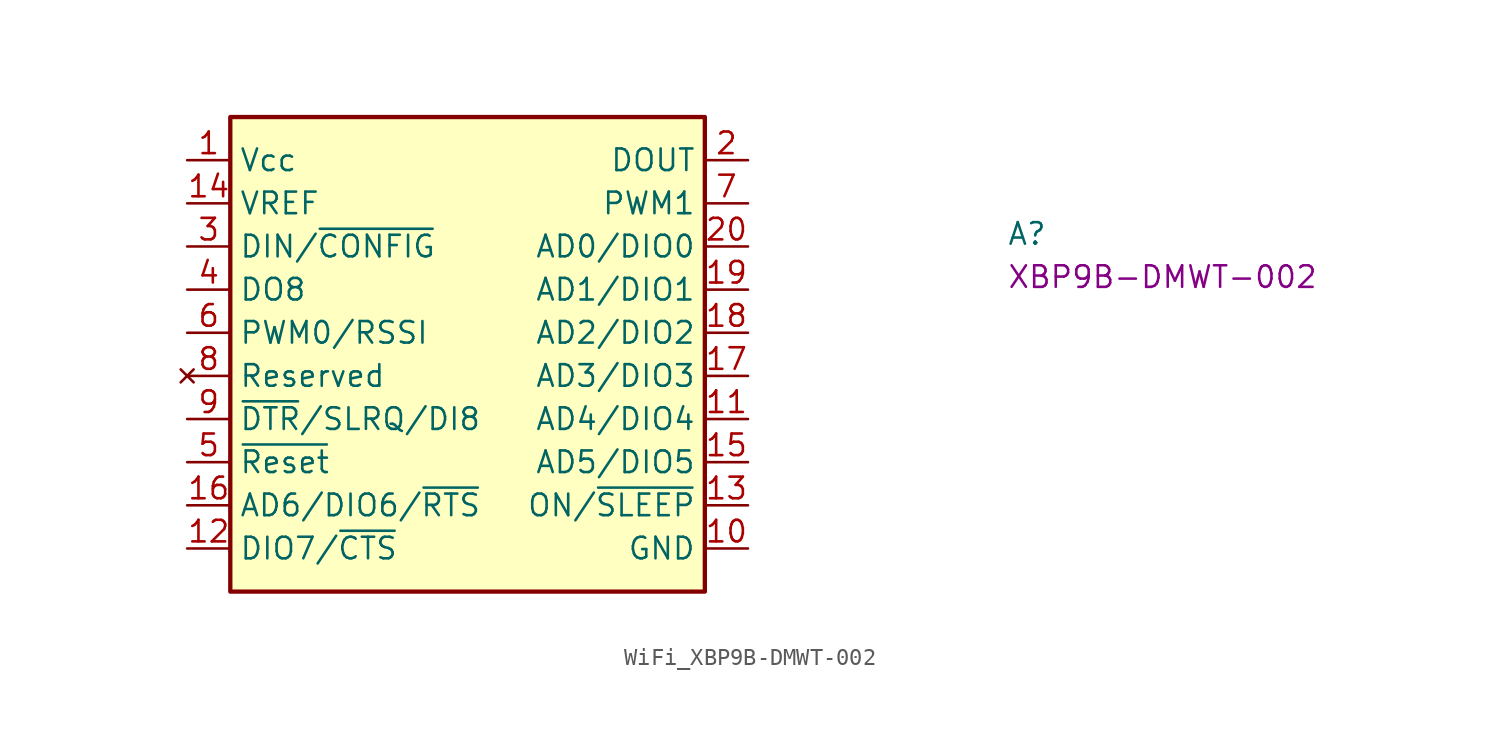
<source format=kicad_sym>
(kicad_symbol_lib
  (version 20220914)
  (generator kicad_symbol_editor)
  (symbol "WiFi_XBP9B-DMWT-002"
    (property "Reference" "A"
      (at 48.26 -5.08 0)
      (effects (font (size 1.27 1.27) (thickness 0.15)) (justify left bottom)))
    (property "MPN" "XBP9B-DMWT-002"
      (at 48.26 -7.62 0)
      (effects (font (size 1.27 1.27) (thickness 0.15)) (justify left bottom)))
    (symbol "WiFi_XBP9B-DMWT-002_1_1"
      (rectangle (start 2.54 2.54) (end 30.48 -25.4) (stroke (width 0.254) (type default)) (fill (type background)))
      (pin power_in line (at 0 0 0) (length 2.54) (name "Vcc" (effects (font (size 1.27 1.27)))) (number "1" (effects (font (size 1.27 1.27)))))
      (pin power_in line (at 33.02 -22.86 180) (length 2.54) (name "GND" (effects (font (size 1.27 1.27)))) (number "10" (effects (font (size 1.27 1.27)))))
      (pin bidirectional line (at 33.02 -15.24 180) (length 2.54) (name "AD4/DIO4" (effects (font (size 1.27 1.27)))) (number "11" (effects (font (size 1.27 1.27)))))
      (pin bidirectional line (at 0 -22.86 0) (length 2.54) (name "DIO7/~{CTS}" (effects (font (size 1.27 1.27)))) (number "12" (effects (font (size 1.27 1.27)))))
      (pin input line (at 33.02 -20.32 180) (length 2.54) (name "ON/~{SLEEP}" (effects (font (size 1.27 1.27)))) (number "13" (effects (font (size 1.27 1.27)))))
      (pin input line (at 0 -2.54 0) (length 2.54) (name "VREF" (effects (font (size 1.27 1.27)))) (number "14" (effects (font (size 1.27 1.27)))))
      (pin bidirectional line (at 33.02 -17.78 180) (length 2.54) (name "AD5/DIO5" (effects (font (size 1.27 1.27)))) (number "15" (effects (font (size 1.27 1.27)))))
      (pin bidirectional line (at 0 -20.32 0) (length 2.54) (name "AD6/DIO6/~{RTS}" (effects (font (size 1.27 1.27)))) (number "16" (effects (font (size 1.27 1.27)))))
      (pin bidirectional line (at 33.02 -12.7 180) (length 2.54) (name "AD3/DIO3" (effects (font (size 1.27 1.27)))) (number "17" (effects (font (size 1.27 1.27)))))
      (pin bidirectional line (at 33.02 -10.16 180) (length 2.54) (name "AD2/DIO2" (effects (font (size 1.27 1.27)))) (number "18" (effects (font (size 1.27 1.27)))))
      (pin bidirectional line (at 33.02 -7.62 180) (length 2.54) (name "AD1/DIO1" (effects (font (size 1.27 1.27)))) (number "19" (effects (font (size 1.27 1.27)))))
      (pin output line (at 33.02 0 180) (length 2.54) (name "DOUT" (effects (font (size 1.27 1.27)))) (number "2" (effects (font (size 1.27 1.27)))))
      (pin bidirectional line (at 33.02 -5.08 180) (length 2.54) (name "AD0/DIO0" (effects (font (size 1.27 1.27)))) (number "20" (effects (font (size 1.27 1.27)))))
      (pin input line (at 0 -5.08 0) (length 2.54) (name "DIN/~{CONFIG}" (effects (font (size 1.27 1.27)))) (number "3" (effects (font (size 1.27 1.27)))))
      (pin bidirectional line (at 0 -7.62 0) (length 2.54) (name "DO8" (effects (font (size 1.27 1.27)))) (number "4" (effects (font (size 1.27 1.27)))))
      (pin input line (at 0 -17.78 0) (length 2.54) (name "~{Reset}" (effects (font (size 1.27 1.27)))) (number "5" (effects (font (size 1.27 1.27)))))
      (pin bidirectional line (at 0 -10.16 0) (length 2.54) (name "PWM0/RSSI" (effects (font (size 1.27 1.27)))) (number "6" (effects (font (size 1.27 1.27)))))
      (pin output line (at 33.02 -2.54 180) (length 2.54) (name "PWM1" (effects (font (size 1.27 1.27)))) (number "7" (effects (font (size 1.27 1.27)))))
      (pin no_connect line (at 0 -12.7 0) (length 2.54) (name "Reserved" (effects (font (size 1.27 1.27)))) (number "8" (effects (font (size 1.27 1.27)))))
      (pin bidirectional line (at 0 -15.24 0) (length 2.54) (name "~{DTR}/SLRQ/DI8" (effects (font (size 1.27 1.27)))) (number "9" (effects (font (size 1.27 1.27))))))))
</source>
